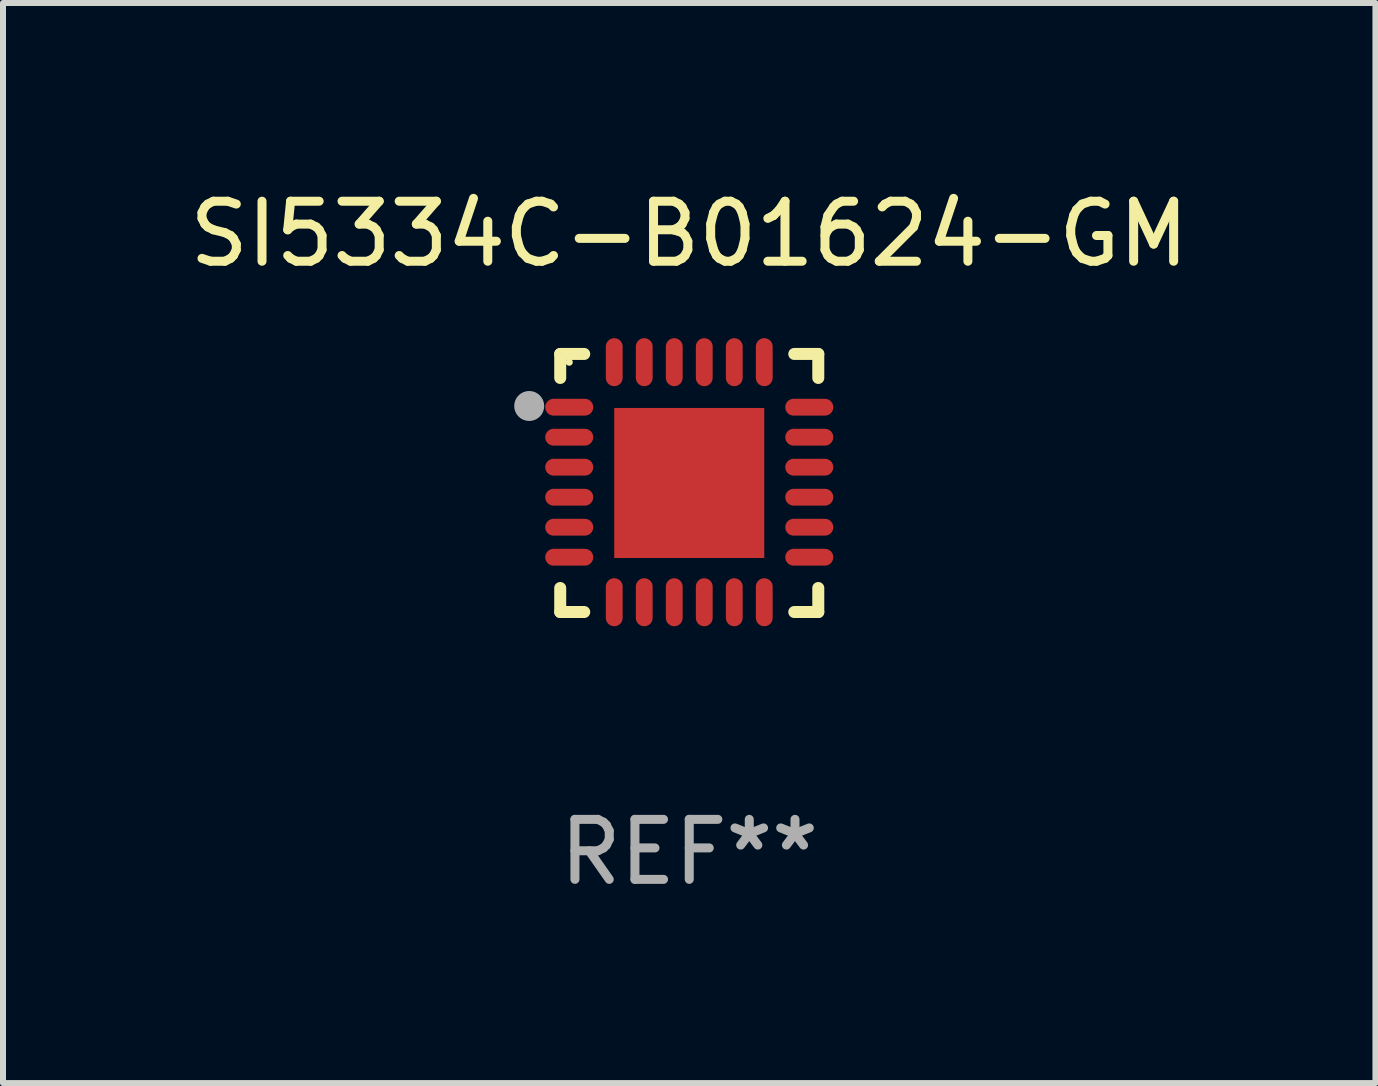
<source format=kicad_pcb>
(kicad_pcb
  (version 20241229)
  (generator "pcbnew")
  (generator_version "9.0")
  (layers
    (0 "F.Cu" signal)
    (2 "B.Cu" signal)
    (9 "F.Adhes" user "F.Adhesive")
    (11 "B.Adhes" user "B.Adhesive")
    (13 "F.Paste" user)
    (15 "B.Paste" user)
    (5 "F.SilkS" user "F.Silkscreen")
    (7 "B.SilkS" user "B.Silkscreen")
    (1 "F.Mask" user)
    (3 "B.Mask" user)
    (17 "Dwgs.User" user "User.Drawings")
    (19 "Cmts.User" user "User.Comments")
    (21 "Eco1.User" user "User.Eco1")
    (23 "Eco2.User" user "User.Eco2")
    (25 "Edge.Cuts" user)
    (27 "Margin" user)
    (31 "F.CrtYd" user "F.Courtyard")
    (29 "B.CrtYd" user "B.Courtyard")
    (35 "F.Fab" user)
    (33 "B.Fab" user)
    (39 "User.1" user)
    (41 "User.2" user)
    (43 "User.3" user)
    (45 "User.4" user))
  (footprint "SI5334C-B01624-GM"
    (layer "F.Cu")
    (at 8.435 4.998)
    (property "Reference" "SI5334C-B01624-GM" (at 0 -4.15 0) (layer "F.SilkS") (effects (font (size 1 1) (thickness 0.15))))
    (attr through_hole)
    (fp_line (start -2.15 -2.15) (end -1.75 -2.15) (stroke (width 0.2) (type solid)) (layer "F.SilkS"))
    (fp_line (start -2.15 -1.75) (end -2.15 -2.15) (stroke (width 0.2) (type solid)) (layer "F.SilkS"))
    (fp_line (start -2.15 2.15) (end -2.15 1.75) (stroke (width 0.2) (type solid)) (layer "F.SilkS"))
    (fp_line (start -1.75 2.15) (end -2.15 2.15) (stroke (width 0.2) (type solid)) (layer "F.SilkS"))
    (fp_line (start 1.75 -2.15) (end 2.15 -2.15) (stroke (width 0.2) (type solid)) (layer "F.SilkS"))
    (fp_line (start 1.75 2.15) (end 2.15 2.15) (stroke (width 0.2) (type solid)) (layer "F.SilkS"))
    (fp_line (start 2.15 -2.15) (end 2.15 -1.75) (stroke (width 0.2) (type solid)) (layer "F.SilkS"))
    (fp_line (start 2.15 2.15) (end 2.15 1.75) (stroke (width 0.2) (type solid)) (layer "F.SilkS"))
    (fp_circle (center -2 -2.013) (end -1.97 -2.013) (stroke (width 0.06) (type solid)) (fill no) (layer "F.SilkS"))
    (fp_circle (center -2.667 -1.283) (end -2.542 -1.283) (stroke (width 0.25) (type solid)) (fill no) (layer "F.Fab"))
    (fp_text user "REF**" (at 0 6.15 0) (layer "F.Fab") (effects (font (size 1 1) (thickness 0.15))))
    (pad "1" smd oval (at -2 -1.263) (size 0.8 0.28) (layers "F.Cu" "F.Mask" "F.Paste"))
    (pad "2" smd oval (at -2 -0.763) (size 0.8 0.28) (layers "F.Cu" "F.Mask" "F.Paste"))
    (pad "3" smd oval (at -2 -0.263) (size 0.8 0.28) (layers "F.Cu" "F.Mask" "F.Paste"))
    (pad "4" smd oval (at -2 0.237) (size 0.8 0.28) (layers "F.Cu" "F.Mask" "F.Paste"))
    (pad "5" smd oval (at -2 0.737) (size 0.8 0.28) (layers "F.Cu" "F.Mask" "F.Paste"))
    (pad "6" smd oval (at -2 1.237) (size 0.8 0.28) (layers "F.Cu" "F.Mask" "F.Paste"))
    (pad "7" smd oval (at -1.25 1.987) (size 0.28 0.8) (layers "F.Cu" "F.Mask" "F.Paste"))
    (pad "8" smd oval (at -0.75 1.987) (size 0.28 0.8) (layers "F.Cu" "F.Mask" "F.Paste"))
    (pad "9" smd oval (at -0.25 1.987) (size 0.28 0.8) (layers "F.Cu" "F.Mask" "F.Paste"))
    (pad "10" smd oval (at 0.25 1.987) (size 0.28 0.8) (layers "F.Cu" "F.Mask" "F.Paste"))
    (pad "11" smd oval (at 0.75 1.987) (size 0.28 0.8) (layers "F.Cu" "F.Mask" "F.Paste"))
    (pad "12" smd oval (at 1.25 1.987) (size 0.28 0.8) (layers "F.Cu" "F.Mask" "F.Paste"))
    (pad "13" smd oval (at 2 1.237) (size 0.8 0.28) (layers "F.Cu" "F.Mask" "F.Paste"))
    (pad "14" smd oval (at 2 0.737) (size 0.8 0.28) (layers "F.Cu" "F.Mask" "F.Paste"))
    (pad "15" smd oval (at 2 0.237) (size 0.8 0.28) (layers "F.Cu" "F.Mask" "F.Paste"))
    (pad "16" smd oval (at 2 -0.263) (size 0.8 0.28) (layers "F.Cu" "F.Mask" "F.Paste"))
    (pad "17" smd oval (at 2 -0.763) (size 0.8 0.28) (layers "F.Cu" "F.Mask" "F.Paste"))
    (pad "18" smd oval (at 2 -1.263) (size 0.8 0.28) (layers "F.Cu" "F.Mask" "F.Paste"))
    (pad "19" smd oval (at 1.25 -2.013) (size 0.28 0.8) (layers "F.Cu" "F.Mask" "F.Paste"))
    (pad "20" smd oval (at 0.75 -2.013) (size 0.28 0.8) (layers "F.Cu" "F.Mask" "F.Paste"))
    (pad "21" smd oval (at 0.25 -2.013) (size 0.28 0.8) (layers "F.Cu" "F.Mask" "F.Paste"))
    (pad "22" smd oval (at -0.25 -2.013) (size 0.28 0.8) (layers "F.Cu" "F.Mask" "F.Paste"))
    (pad "23" smd oval (at -0.75 -2.013) (size 0.28 0.8) (layers "F.Cu" "F.Mask" "F.Paste"))
    (pad "24" smd oval (at -1.25 -2.013) (size 0.28 0.8) (layers "F.Cu" "F.Mask" "F.Paste"))
    (pad "25" smd rect (at -0.000127 -0.00014) (size 2.5 2.5) (layers "F.Cu" "F.Mask" "F.Paste")))
  (gr_rect
    (start -3 -3)
    (end 19.869 14.997)
    (stroke (width 0.1) (type default))
    (fill no)
    (layer "Edge.Cuts")))
</source>
